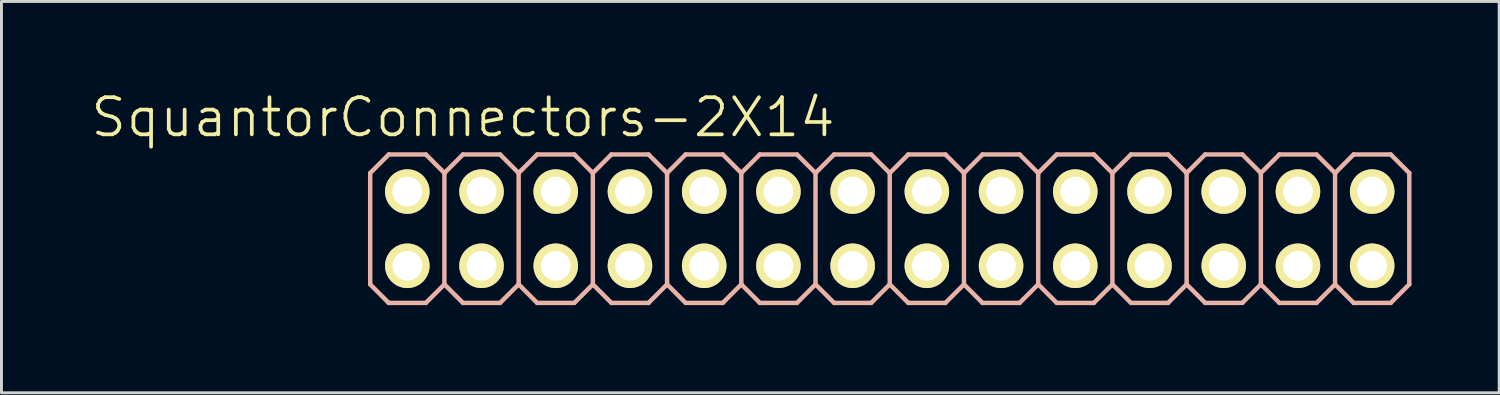
<source format=kicad_pcb>
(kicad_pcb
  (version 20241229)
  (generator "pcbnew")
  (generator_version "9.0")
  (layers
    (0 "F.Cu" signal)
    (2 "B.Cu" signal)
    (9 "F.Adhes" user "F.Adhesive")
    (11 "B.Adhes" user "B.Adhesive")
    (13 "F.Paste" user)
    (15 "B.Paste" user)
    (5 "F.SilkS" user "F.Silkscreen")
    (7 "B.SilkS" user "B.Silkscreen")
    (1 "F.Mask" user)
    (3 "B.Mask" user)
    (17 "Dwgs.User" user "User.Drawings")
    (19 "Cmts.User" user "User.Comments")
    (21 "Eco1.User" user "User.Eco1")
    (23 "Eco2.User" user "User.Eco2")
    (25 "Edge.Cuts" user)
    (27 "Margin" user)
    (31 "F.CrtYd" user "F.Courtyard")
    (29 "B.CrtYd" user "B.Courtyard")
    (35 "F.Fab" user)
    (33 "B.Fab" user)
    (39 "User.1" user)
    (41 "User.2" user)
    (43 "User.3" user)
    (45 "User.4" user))
  (footprint "SquantorConnectors-2X14"
    (layer "F.Cu")
    (at 27.399 4.776)
    (property "Reference" "SquantorConnectors-2X14" (at -14.605 -3.81 0) (layer "F.SilkS") (effects (font (size 1.27 1.27) (thickness 0.127))))
    (attr exclude_from_pos_files exclude_from_bom)
    (fp_line (start -16.764 -1.524) (end -16.256 -1.524) (stroke (width 0.066) (type solid)) (layer "F.SilkS"))
    (fp_line (start -16.764 -1.016) (end -16.764 -1.524) (stroke (width 0.066) (type solid)) (layer "F.SilkS"))
    (fp_line (start -16.764 -1.016) (end -16.256 -1.016) (stroke (width 0.066) (type solid)) (layer "F.SilkS"))
    (fp_line (start -16.764 1.016) (end -16.256 1.016) (stroke (width 0.066) (type solid)) (layer "F.SilkS"))
    (fp_line (start -16.764 1.524) (end -16.764 1.016) (stroke (width 0.066) (type solid)) (layer "F.SilkS"))
    (fp_line (start -16.764 1.524) (end -16.256 1.524) (stroke (width 0.066) (type solid)) (layer "F.SilkS"))
    (fp_line (start -16.256 -1.016) (end -16.256 -1.524) (stroke (width 0.066) (type solid)) (layer "F.SilkS"))
    (fp_line (start -16.256 1.524) (end -16.256 1.016) (stroke (width 0.066) (type solid)) (layer "F.SilkS"))
    (fp_line (start -14.224 -1.524) (end -13.716 -1.524) (stroke (width 0.066) (type solid)) (layer "F.SilkS"))
    (fp_line (start -14.224 -1.016) (end -14.224 -1.524) (stroke (width 0.066) (type solid)) (layer "F.SilkS"))
    (fp_line (start -14.224 -1.016) (end -13.716 -1.016) (stroke (width 0.066) (type solid)) (layer "F.SilkS"))
    (fp_line (start -14.224 1.016) (end -13.716 1.016) (stroke (width 0.066) (type solid)) (layer "F.SilkS"))
    (fp_line (start -14.224 1.524) (end -14.224 1.016) (stroke (width 0.066) (type solid)) (layer "F.SilkS"))
    (fp_line (start -14.224 1.524) (end -13.716 1.524) (stroke (width 0.066) (type solid)) (layer "F.SilkS"))
    (fp_line (start -13.716 -1.016) (end -13.716 -1.524) (stroke (width 0.066) (type solid)) (layer "F.SilkS"))
    (fp_line (start -13.716 1.524) (end -13.716 1.016) (stroke (width 0.066) (type solid)) (layer "F.SilkS"))
    (fp_line (start -11.684 -1.524) (end -11.176 -1.524) (stroke (width 0.066) (type solid)) (layer "F.SilkS"))
    (fp_line (start -11.684 -1.016) (end -11.684 -1.524) (stroke (width 0.066) (type solid)) (layer "F.SilkS"))
    (fp_line (start -11.684 -1.016) (end -11.176 -1.016) (stroke (width 0.066) (type solid)) (layer "F.SilkS"))
    (fp_line (start -11.684 1.016) (end -11.176 1.016) (stroke (width 0.066) (type solid)) (layer "F.SilkS"))
    (fp_line (start -11.684 1.524) (end -11.684 1.016) (stroke (width 0.066) (type solid)) (layer "F.SilkS"))
    (fp_line (start -11.684 1.524) (end -11.176 1.524) (stroke (width 0.066) (type solid)) (layer "F.SilkS"))
    (fp_line (start -11.176 -1.016) (end -11.176 -1.524) (stroke (width 0.066) (type solid)) (layer "F.SilkS"))
    (fp_line (start -11.176 1.524) (end -11.176 1.016) (stroke (width 0.066) (type solid)) (layer "F.SilkS"))
    (fp_line (start -9.144 -1.524) (end -8.636 -1.524) (stroke (width 0.066) (type solid)) (layer "F.SilkS"))
    (fp_line (start -9.144 -1.016) (end -9.144 -1.524) (stroke (width 0.066) (type solid)) (layer "F.SilkS"))
    (fp_line (start -9.144 -1.016) (end -8.636 -1.016) (stroke (width 0.066) (type solid)) (layer "F.SilkS"))
    (fp_line (start -9.144 1.016) (end -8.636 1.016) (stroke (width 0.066) (type solid)) (layer "F.SilkS"))
    (fp_line (start -9.144 1.524) (end -9.144 1.016) (stroke (width 0.066) (type solid)) (layer "F.SilkS"))
    (fp_line (start -9.144 1.524) (end -8.636 1.524) (stroke (width 0.066) (type solid)) (layer "F.SilkS"))
    (fp_line (start -8.636 -1.016) (end -8.636 -1.524) (stroke (width 0.066) (type solid)) (layer "F.SilkS"))
    (fp_line (start -8.636 1.524) (end -8.636 1.016) (stroke (width 0.066) (type solid)) (layer "F.SilkS"))
    (fp_line (start -6.604 -1.524) (end -6.096 -1.524) (stroke (width 0.066) (type solid)) (layer "F.SilkS"))
    (fp_line (start -6.604 -1.016) (end -6.604 -1.524) (stroke (width 0.066) (type solid)) (layer "F.SilkS"))
    (fp_line (start -6.604 -1.016) (end -6.096 -1.016) (stroke (width 0.066) (type solid)) (layer "F.SilkS"))
    (fp_line (start -6.604 1.016) (end -6.096 1.016) (stroke (width 0.066) (type solid)) (layer "F.SilkS"))
    (fp_line (start -6.604 1.524) (end -6.604 1.016) (stroke (width 0.066) (type solid)) (layer "F.SilkS"))
    (fp_line (start -6.604 1.524) (end -6.096 1.524) (stroke (width 0.066) (type solid)) (layer "F.SilkS"))
    (fp_line (start -6.096 -1.016) (end -6.096 -1.524) (stroke (width 0.066) (type solid)) (layer "F.SilkS"))
    (fp_line (start -6.096 1.524) (end -6.096 1.016) (stroke (width 0.066) (type solid)) (layer "F.SilkS"))
    (fp_line (start -4.064 -1.524) (end -3.556 -1.524) (stroke (width 0.066) (type solid)) (layer "F.SilkS"))
    (fp_line (start -4.064 -1.016) (end -4.064 -1.524) (stroke (width 0.066) (type solid)) (layer "F.SilkS"))
    (fp_line (start -4.064 -1.016) (end -3.556 -1.016) (stroke (width 0.066) (type solid)) (layer "F.SilkS"))
    (fp_line (start -4.064 1.016) (end -3.556 1.016) (stroke (width 0.066) (type solid)) (layer "F.SilkS"))
    (fp_line (start -4.064 1.524) (end -4.064 1.016) (stroke (width 0.066) (type solid)) (layer "F.SilkS"))
    (fp_line (start -4.064 1.524) (end -3.556 1.524) (stroke (width 0.066) (type solid)) (layer "F.SilkS"))
    (fp_line (start -3.556 -1.016) (end -3.556 -1.524) (stroke (width 0.066) (type solid)) (layer "F.SilkS"))
    (fp_line (start -3.556 1.524) (end -3.556 1.016) (stroke (width 0.066) (type solid)) (layer "F.SilkS"))
    (fp_line (start -1.524 -1.524) (end -1.016 -1.524) (stroke (width 0.066) (type solid)) (layer "F.SilkS"))
    (fp_line (start -1.524 -1.016) (end -1.524 -1.524) (stroke (width 0.066) (type solid)) (layer "F.SilkS"))
    (fp_line (start -1.524 -1.016) (end -1.016 -1.016) (stroke (width 0.066) (type solid)) (layer "F.SilkS"))
    (fp_line (start -1.524 1.016) (end -1.016 1.016) (stroke (width 0.066) (type solid)) (layer "F.SilkS"))
    (fp_line (start -1.524 1.524) (end -1.524 1.016) (stroke (width 0.066) (type solid)) (layer "F.SilkS"))
    (fp_line (start -1.524 1.524) (end -1.016 1.524) (stroke (width 0.066) (type solid)) (layer "F.SilkS"))
    (fp_line (start -1.016 -1.016) (end -1.016 -1.524) (stroke (width 0.066) (type solid)) (layer "F.SilkS"))
    (fp_line (start -1.016 1.524) (end -1.016 1.016) (stroke (width 0.066) (type solid)) (layer "F.SilkS"))
    (fp_line (start 1.016 -1.524) (end 1.524 -1.524) (stroke (width 0.066) (type solid)) (layer "F.SilkS"))
    (fp_line (start 1.016 -1.016) (end 1.016 -1.524) (stroke (width 0.066) (type solid)) (layer "F.SilkS"))
    (fp_line (start 1.016 -1.016) (end 1.524 -1.016) (stroke (width 0.066) (type solid)) (layer "F.SilkS"))
    (fp_line (start 1.016 1.016) (end 1.524 1.016) (stroke (width 0.066) (type solid)) (layer "F.SilkS"))
    (fp_line (start 1.016 1.524) (end 1.016 1.016) (stroke (width 0.066) (type solid)) (layer "F.SilkS"))
    (fp_line (start 1.016 1.524) (end 1.524 1.524) (stroke (width 0.066) (type solid)) (layer "F.SilkS"))
    (fp_line (start 1.524 -1.016) (end 1.524 -1.524) (stroke (width 0.066) (type solid)) (layer "F.SilkS"))
    (fp_line (start 1.524 1.524) (end 1.524 1.016) (stroke (width 0.066) (type solid)) (layer "F.SilkS"))
    (fp_line (start 3.556 -1.524) (end 4.064 -1.524) (stroke (width 0.066) (type solid)) (layer "F.SilkS"))
    (fp_line (start 3.556 -1.016) (end 3.556 -1.524) (stroke (width 0.066) (type solid)) (layer "F.SilkS"))
    (fp_line (start 3.556 -1.016) (end 4.064 -1.016) (stroke (width 0.066) (type solid)) (layer "F.SilkS"))
    (fp_line (start 3.556 1.016) (end 4.064 1.016) (stroke (width 0.066) (type solid)) (layer "F.SilkS"))
    (fp_line (start 3.556 1.524) (end 3.556 1.016) (stroke (width 0.066) (type solid)) (layer "F.SilkS"))
    (fp_line (start 3.556 1.524) (end 4.064 1.524) (stroke (width 0.066) (type solid)) (layer "F.SilkS"))
    (fp_line (start 4.064 -1.016) (end 4.064 -1.524) (stroke (width 0.066) (type solid)) (layer "F.SilkS"))
    (fp_line (start 4.064 1.524) (end 4.064 1.016) (stroke (width 0.066) (type solid)) (layer "F.SilkS"))
    (fp_line (start 6.096 -1.524) (end 6.604 -1.524) (stroke (width 0.066) (type solid)) (layer "F.SilkS"))
    (fp_line (start 6.096 -1.016) (end 6.096 -1.524) (stroke (width 0.066) (type solid)) (layer "F.SilkS"))
    (fp_line (start 6.096 -1.016) (end 6.604 -1.016) (stroke (width 0.066) (type solid)) (layer "F.SilkS"))
    (fp_line (start 6.096 1.016) (end 6.604 1.016) (stroke (width 0.066) (type solid)) (layer "F.SilkS"))
    (fp_line (start 6.096 1.524) (end 6.096 1.016) (stroke (width 0.066) (type solid)) (layer "F.SilkS"))
    (fp_line (start 6.096 1.524) (end 6.604 1.524) (stroke (width 0.066) (type solid)) (layer "F.SilkS"))
    (fp_line (start 6.604 -1.016) (end 6.604 -1.524) (stroke (width 0.066) (type solid)) (layer "F.SilkS"))
    (fp_line (start 6.604 1.524) (end 6.604 1.016) (stroke (width 0.066) (type solid)) (layer "F.SilkS"))
    (fp_line (start 8.636 -1.524) (end 9.144 -1.524) (stroke (width 0.066) (type solid)) (layer "F.SilkS"))
    (fp_line (start 8.636 -1.016) (end 8.636 -1.524) (stroke (width 0.066) (type solid)) (layer "F.SilkS"))
    (fp_line (start 8.636 -1.016) (end 9.144 -1.016) (stroke (width 0.066) (type solid)) (layer "F.SilkS"))
    (fp_line (start 8.636 1.016) (end 9.144 1.016) (stroke (width 0.066) (type solid)) (layer "F.SilkS"))
    (fp_line (start 8.636 1.524) (end 8.636 1.016) (stroke (width 0.066) (type solid)) (layer "F.SilkS"))
    (fp_line (start 8.636 1.524) (end 9.144 1.524) (stroke (width 0.066) (type solid)) (layer "F.SilkS"))
    (fp_line (start 9.144 -1.016) (end 9.144 -1.524) (stroke (width 0.066) (type solid)) (layer "F.SilkS"))
    (fp_line (start 9.144 1.524) (end 9.144 1.016) (stroke (width 0.066) (type solid)) (layer "F.SilkS"))
    (fp_line (start 11.176 -1.524) (end 11.684 -1.524) (stroke (width 0.066) (type solid)) (layer "F.SilkS"))
    (fp_line (start 11.176 -1.016) (end 11.176 -1.524) (stroke (width 0.066) (type solid)) (layer "F.SilkS"))
    (fp_line (start 11.176 -1.016) (end 11.684 -1.016) (stroke (width 0.066) (type solid)) (layer "F.SilkS"))
    (fp_line (start 11.176 1.016) (end 11.684 1.016) (stroke (width 0.066) (type solid)) (layer "F.SilkS"))
    (fp_line (start 11.176 1.524) (end 11.176 1.016) (stroke (width 0.066) (type solid)) (layer "F.SilkS"))
    (fp_line (start 11.176 1.524) (end 11.684 1.524) (stroke (width 0.066) (type solid)) (layer "F.SilkS"))
    (fp_line (start 11.684 -1.016) (end 11.684 -1.524) (stroke (width 0.066) (type solid)) (layer "F.SilkS"))
    (fp_line (start 11.684 1.524) (end 11.684 1.016) (stroke (width 0.066) (type solid)) (layer "F.SilkS"))
    (fp_line (start 13.716 -1.524) (end 14.224 -1.524) (stroke (width 0.066) (type solid)) (layer "F.SilkS"))
    (fp_line (start 13.716 -1.016) (end 13.716 -1.524) (stroke (width 0.066) (type solid)) (layer "F.SilkS"))
    (fp_line (start 13.716 -1.016) (end 14.224 -1.016) (stroke (width 0.066) (type solid)) (layer "F.SilkS"))
    (fp_line (start 13.716 1.016) (end 14.224 1.016) (stroke (width 0.066) (type solid)) (layer "F.SilkS"))
    (fp_line (start 13.716 1.524) (end 13.716 1.016) (stroke (width 0.066) (type solid)) (layer "F.SilkS"))
    (fp_line (start 13.716 1.524) (end 14.224 1.524) (stroke (width 0.066) (type solid)) (layer "F.SilkS"))
    (fp_line (start 14.224 -1.016) (end 14.224 -1.524) (stroke (width 0.066) (type solid)) (layer "F.SilkS"))
    (fp_line (start 14.224 1.524) (end 14.224 1.016) (stroke (width 0.066) (type solid)) (layer "F.SilkS"))
    (fp_line (start 16.256 -1.524) (end 16.764 -1.524) (stroke (width 0.066) (type solid)) (layer "F.SilkS"))
    (fp_line (start 16.256 -1.016) (end 16.256 -1.524) (stroke (width 0.066) (type solid)) (layer "F.SilkS"))
    (fp_line (start 16.256 -1.016) (end 16.764 -1.016) (stroke (width 0.066) (type solid)) (layer "F.SilkS"))
    (fp_line (start 16.256 1.016) (end 16.764 1.016) (stroke (width 0.066) (type solid)) (layer "F.SilkS"))
    (fp_line (start 16.256 1.524) (end 16.256 1.016) (stroke (width 0.066) (type solid)) (layer "F.SilkS"))
    (fp_line (start 16.256 1.524) (end 16.764 1.524) (stroke (width 0.066) (type solid)) (layer "F.SilkS"))
    (fp_line (start 16.764 -1.016) (end 16.764 -1.524) (stroke (width 0.066) (type solid)) (layer "F.SilkS"))
    (fp_line (start 16.764 1.524) (end 16.764 1.016) (stroke (width 0.066) (type solid)) (layer "F.SilkS"))
    (fp_line (start -17.78 -1.905) (end -17.145 -2.54) (stroke (width 0.152) (type solid)) (layer "B.SilkS"))
    (fp_line (start -17.78 1.905) (end -17.78 -1.905) (stroke (width 0.152) (type solid)) (layer "B.SilkS"))
    (fp_line (start -17.78 1.905) (end -17.145 2.54) (stroke (width 0.152) (type solid)) (layer "B.SilkS"))
    (fp_line (start -17.145 -2.54) (end -15.875 -2.54) (stroke (width 0.152) (type solid)) (layer "B.SilkS"))
    (fp_line (start -17.145 2.54) (end -15.875 2.54) (stroke (width 0.152) (type solid)) (layer "B.SilkS"))
    (fp_line (start -15.875 -2.54) (end -15.24 -1.905) (stroke (width 0.152) (type solid)) (layer "B.SilkS"))
    (fp_line (start -15.875 2.54) (end -15.24 1.905) (stroke (width 0.152) (type solid)) (layer "B.SilkS"))
    (fp_line (start -15.24 -1.905) (end -15.24 1.905) (stroke (width 0.152) (type solid)) (layer "B.SilkS"))
    (fp_line (start -15.24 -1.905) (end -14.605 -2.54) (stroke (width 0.152) (type solid)) (layer "B.SilkS"))
    (fp_line (start -15.24 1.905) (end -14.605 2.54) (stroke (width 0.152) (type solid)) (layer "B.SilkS"))
    (fp_line (start -14.605 -2.54) (end -13.335 -2.54) (stroke (width 0.152) (type solid)) (layer "B.SilkS"))
    (fp_line (start -14.605 2.54) (end -13.335 2.54) (stroke (width 0.152) (type solid)) (layer "B.SilkS"))
    (fp_line (start -13.335 -2.54) (end -12.7 -1.905) (stroke (width 0.152) (type solid)) (layer "B.SilkS"))
    (fp_line (start -13.335 2.54) (end -12.7 1.905) (stroke (width 0.152) (type solid)) (layer "B.SilkS"))
    (fp_line (start -12.7 -1.905) (end -12.7 1.905) (stroke (width 0.152) (type solid)) (layer "B.SilkS"))
    (fp_line (start -12.7 -1.905) (end -12.065 -2.54) (stroke (width 0.152) (type solid)) (layer "B.SilkS"))
    (fp_line (start -12.7 1.905) (end -12.065 2.54) (stroke (width 0.152) (type solid)) (layer "B.SilkS"))
    (fp_line (start -12.065 -2.54) (end -10.795 -2.54) (stroke (width 0.152) (type solid)) (layer "B.SilkS"))
    (fp_line (start -12.065 2.54) (end -10.795 2.54) (stroke (width 0.152) (type solid)) (layer "B.SilkS"))
    (fp_line (start -10.795 -2.54) (end -10.16 -1.905) (stroke (width 0.152) (type solid)) (layer "B.SilkS"))
    (fp_line (start -10.795 2.54) (end -10.16 1.905) (stroke (width 0.152) (type solid)) (layer "B.SilkS"))
    (fp_line (start -10.16 -1.905) (end -10.16 1.905) (stroke (width 0.152) (type solid)) (layer "B.SilkS"))
    (fp_line (start -10.16 -1.905) (end -9.525 -2.54) (stroke (width 0.152) (type solid)) (layer "B.SilkS"))
    (fp_line (start -10.16 1.905) (end -9.525 2.54) (stroke (width 0.152) (type solid)) (layer "B.SilkS"))
    (fp_line (start -9.525 -2.54) (end -8.255 -2.54) (stroke (width 0.152) (type solid)) (layer "B.SilkS"))
    (fp_line (start -9.525 2.54) (end -8.255 2.54) (stroke (width 0.152) (type solid)) (layer "B.SilkS"))
    (fp_line (start -8.255 -2.54) (end -7.62 -1.905) (stroke (width 0.152) (type solid)) (layer "B.SilkS"))
    (fp_line (start -8.255 2.54) (end -7.62 1.905) (stroke (width 0.152) (type solid)) (layer "B.SilkS"))
    (fp_line (start -7.62 -1.905) (end -7.62 1.905) (stroke (width 0.152) (type solid)) (layer "B.SilkS"))
    (fp_line (start -7.62 -1.905) (end -6.985 -2.54) (stroke (width 0.152) (type solid)) (layer "B.SilkS"))
    (fp_line (start -7.62 1.905) (end -6.985 2.54) (stroke (width 0.152) (type solid)) (layer "B.SilkS"))
    (fp_line (start -6.985 -2.54) (end -5.715 -2.54) (stroke (width 0.152) (type solid)) (layer "B.SilkS"))
    (fp_line (start -6.985 2.54) (end -5.715 2.54) (stroke (width 0.152) (type solid)) (layer "B.SilkS"))
    (fp_line (start -5.715 -2.54) (end -5.08 -1.905) (stroke (width 0.152) (type solid)) (layer "B.SilkS"))
    (fp_line (start -5.715 2.54) (end -5.08 1.905) (stroke (width 0.152) (type solid)) (layer "B.SilkS"))
    (fp_line (start -5.08 -1.905) (end -5.08 1.905) (stroke (width 0.152) (type solid)) (layer "B.SilkS"))
    (fp_line (start -5.08 -1.905) (end -4.445 -2.54) (stroke (width 0.152) (type solid)) (layer "B.SilkS"))
    (fp_line (start -5.08 1.905) (end -4.445 2.54) (stroke (width 0.152) (type solid)) (layer "B.SilkS"))
    (fp_line (start -4.445 -2.54) (end -3.175 -2.54) (stroke (width 0.152) (type solid)) (layer "B.SilkS"))
    (fp_line (start -4.445 2.54) (end -3.175 2.54) (stroke (width 0.152) (type solid)) (layer "B.SilkS"))
    (fp_line (start -3.175 -2.54) (end -2.54 -1.905) (stroke (width 0.152) (type solid)) (layer "B.SilkS"))
    (fp_line (start -3.175 2.54) (end -2.54 1.905) (stroke (width 0.152) (type solid)) (layer "B.SilkS"))
    (fp_line (start -2.54 -1.905) (end -2.54 1.905) (stroke (width 0.152) (type solid)) (layer "B.SilkS"))
    (fp_line (start -2.54 -1.905) (end -1.905 -2.54) (stroke (width 0.152) (type solid)) (layer "B.SilkS"))
    (fp_line (start -2.54 1.905) (end -1.905 2.54) (stroke (width 0.152) (type solid)) (layer "B.SilkS"))
    (fp_line (start -1.905 -2.54) (end -0.635 -2.54) (stroke (width 0.152) (type solid)) (layer "B.SilkS"))
    (fp_line (start -0.635 -2.54) (end 0 -1.905) (stroke (width 0.152) (type solid)) (layer "B.SilkS"))
    (fp_line (start -0.635 2.54) (end -1.905 2.54) (stroke (width 0.152) (type solid)) (layer "B.SilkS"))
    (fp_line (start 0 -1.905) (end 0 1.905) (stroke (width 0.152) (type solid)) (layer "B.SilkS"))
    (fp_line (start 0 -1.905) (end 0.635 -2.54) (stroke (width 0.152) (type solid)) (layer "B.SilkS"))
    (fp_line (start 0 1.905) (end -0.635 2.54) (stroke (width 0.152) (type solid)) (layer "B.SilkS"))
    (fp_line (start 0 1.905) (end 0.635 2.54) (stroke (width 0.152) (type solid)) (layer "B.SilkS"))
    (fp_line (start 0.635 -2.54) (end 1.905 -2.54) (stroke (width 0.152) (type solid)) (layer "B.SilkS"))
    (fp_line (start 1.905 -2.54) (end 2.54 -1.905) (stroke (width 0.152) (type solid)) (layer "B.SilkS"))
    (fp_line (start 1.905 2.54) (end 0.635 2.54) (stroke (width 0.152) (type solid)) (layer "B.SilkS"))
    (fp_line (start 2.54 -1.905) (end 2.54 1.905) (stroke (width 0.152) (type solid)) (layer "B.SilkS"))
    (fp_line (start 2.54 -1.905) (end 3.175 -2.54) (stroke (width 0.152) (type solid)) (layer "B.SilkS"))
    (fp_line (start 2.54 1.905) (end 1.905 2.54) (stroke (width 0.152) (type solid)) (layer "B.SilkS"))
    (fp_line (start 2.54 1.905) (end 3.175 2.54) (stroke (width 0.152) (type solid)) (layer "B.SilkS"))
    (fp_line (start 3.175 -2.54) (end 4.445 -2.54) (stroke (width 0.152) (type solid)) (layer "B.SilkS"))
    (fp_line (start 4.445 -2.54) (end 5.08 -1.905) (stroke (width 0.152) (type solid)) (layer "B.SilkS"))
    (fp_line (start 4.445 2.54) (end 3.175 2.54) (stroke (width 0.152) (type solid)) (layer "B.SilkS"))
    (fp_line (start 5.08 -1.905) (end 5.08 1.905) (stroke (width 0.152) (type solid)) (layer "B.SilkS"))
    (fp_line (start 5.08 -1.905) (end 5.715 -2.54) (stroke (width 0.152) (type solid)) (layer "B.SilkS"))
    (fp_line (start 5.08 1.905) (end 4.445 2.54) (stroke (width 0.152) (type solid)) (layer "B.SilkS"))
    (fp_line (start 5.08 1.905) (end 5.715 2.54) (stroke (width 0.152) (type solid)) (layer "B.SilkS"))
    (fp_line (start 5.715 -2.54) (end 6.985 -2.54) (stroke (width 0.152) (type solid)) (layer "B.SilkS"))
    (fp_line (start 6.985 -2.54) (end 7.62 -1.905) (stroke (width 0.152) (type solid)) (layer "B.SilkS"))
    (fp_line (start 6.985 2.54) (end 5.715 2.54) (stroke (width 0.152) (type solid)) (layer "B.SilkS"))
    (fp_line (start 7.62 -1.905) (end 7.62 1.905) (stroke (width 0.152) (type solid)) (layer "B.SilkS"))
    (fp_line (start 7.62 -1.905) (end 8.255 -2.54) (stroke (width 0.152) (type solid)) (layer "B.SilkS"))
    (fp_line (start 7.62 1.905) (end 6.985 2.54) (stroke (width 0.152) (type solid)) (layer "B.SilkS"))
    (fp_line (start 7.62 1.905) (end 8.255 2.54) (stroke (width 0.152) (type solid)) (layer "B.SilkS"))
    (fp_line (start 8.255 -2.54) (end 9.525 -2.54) (stroke (width 0.152) (type solid)) (layer "B.SilkS"))
    (fp_line (start 9.525 -2.54) (end 10.16 -1.905) (stroke (width 0.152) (type solid)) (layer "B.SilkS"))
    (fp_line (start 9.525 2.54) (end 8.255 2.54) (stroke (width 0.152) (type solid)) (layer "B.SilkS"))
    (fp_line (start 10.16 -1.905) (end 10.16 1.905) (stroke (width 0.152) (type solid)) (layer "B.SilkS"))
    (fp_line (start 10.16 -1.905) (end 10.795 -2.54) (stroke (width 0.152) (type solid)) (layer "B.SilkS"))
    (fp_line (start 10.16 1.905) (end 9.525 2.54) (stroke (width 0.152) (type solid)) (layer "B.SilkS"))
    (fp_line (start 10.16 1.905) (end 10.795 2.54) (stroke (width 0.152) (type solid)) (layer "B.SilkS"))
    (fp_line (start 10.795 -2.54) (end 12.065 -2.54) (stroke (width 0.152) (type solid)) (layer "B.SilkS"))
    (fp_line (start 12.065 2.54) (end 10.795 2.54) (stroke (width 0.152) (type solid)) (layer "B.SilkS"))
    (fp_line (start 12.7 -1.905) (end 12.065 -2.54) (stroke (width 0.152) (type solid)) (layer "B.SilkS"))
    (fp_line (start 12.7 -1.905) (end 12.7 1.905) (stroke (width 0.152) (type solid)) (layer "B.SilkS"))
    (fp_line (start 12.7 -1.905) (end 13.335 -2.54) (stroke (width 0.152) (type solid)) (layer "B.SilkS"))
    (fp_line (start 12.7 1.905) (end 12.065 2.54) (stroke (width 0.152) (type solid)) (layer "B.SilkS"))
    (fp_line (start 12.7 1.905) (end 13.335 2.54) (stroke (width 0.152) (type solid)) (layer "B.SilkS"))
    (fp_line (start 14.605 -2.54) (end 13.335 -2.54) (stroke (width 0.152) (type solid)) (layer "B.SilkS"))
    (fp_line (start 14.605 -2.54) (end 15.24 -1.905) (stroke (width 0.152) (type solid)) (layer "B.SilkS"))
    (fp_line (start 14.605 2.54) (end 13.335 2.54) (stroke (width 0.152) (type solid)) (layer "B.SilkS"))
    (fp_line (start 15.24 -1.905) (end 15.24 1.905) (stroke (width 0.152) (type solid)) (layer "B.SilkS"))
    (fp_line (start 15.24 -1.905) (end 15.875 -2.54) (stroke (width 0.152) (type solid)) (layer "B.SilkS"))
    (fp_line (start 15.24 1.905) (end 14.605 2.54) (stroke (width 0.152) (type solid)) (layer "B.SilkS"))
    (fp_line (start 15.24 1.905) (end 15.875 2.54) (stroke (width 0.152) (type solid)) (layer "B.SilkS"))
    (fp_line (start 17.145 -2.54) (end 15.875 -2.54) (stroke (width 0.152) (type solid)) (layer "B.SilkS"))
    (fp_line (start 17.145 -2.54) (end 17.78 -1.905) (stroke (width 0.152) (type solid)) (layer "B.SilkS"))
    (fp_line (start 17.145 2.54) (end 15.875 2.54) (stroke (width 0.152) (type solid)) (layer "B.SilkS"))
    (fp_line (start 17.78 -1.905) (end 17.78 1.905) (stroke (width 0.152) (type solid)) (layer "B.SilkS"))
    (fp_line (start 17.78 1.905) (end 17.145 2.54) (stroke (width 0.152) (type solid)) (layer "B.SilkS"))
    (pad "1" thru_hole circle (at -16.51 1.27) (size 1.524 1.524) (drill 1.016) (layers "*.Cu" "F.Mask" "F.SilkS" "F.Paste"))
    (pad "2" thru_hole circle (at -16.51 -1.27) (size 1.524 1.524) (drill 1.016) (layers "*.Cu" "F.Mask" "F.SilkS" "F.Paste"))
    (pad "3" thru_hole circle (at -13.97 1.27) (size 1.524 1.524) (drill 1.016) (layers "*.Cu" "F.Mask" "F.SilkS" "F.Paste"))
    (pad "4" thru_hole circle (at -13.97 -1.27) (size 1.524 1.524) (drill 1.016) (layers "*.Cu" "F.Mask" "F.SilkS" "F.Paste"))
    (pad "5" thru_hole circle (at -11.43 1.27) (size 1.524 1.524) (drill 1.016) (layers "*.Cu" "F.Mask" "F.SilkS" "F.Paste"))
    (pad "6" thru_hole circle (at -11.43 -1.27) (size 1.524 1.524) (drill 1.016) (layers "*.Cu" "F.Mask" "F.SilkS" "F.Paste"))
    (pad "7" thru_hole circle (at -8.89 1.27) (size 1.524 1.524) (drill 1.016) (layers "*.Cu" "F.Mask" "F.SilkS" "F.Paste"))
    (pad "8" thru_hole circle (at -8.89 -1.27) (size 1.524 1.524) (drill 1.016) (layers "*.Cu" "F.Mask" "F.SilkS" "F.Paste"))
    (pad "9" thru_hole circle (at -6.35 1.27) (size 1.524 1.524) (drill 1.016) (layers "*.Cu" "F.Mask" "F.SilkS" "F.Paste"))
    (pad "10" thru_hole circle (at -6.35 -1.27) (size 1.524 1.524) (drill 1.016) (layers "*.Cu" "F.Mask" "F.SilkS" "F.Paste"))
    (pad "11" thru_hole circle (at -3.81 1.27) (size 1.524 1.524) (drill 1.016) (layers "*.Cu" "F.Mask" "F.SilkS" "F.Paste"))
    (pad "12" thru_hole circle (at -3.81 -1.27) (size 1.524 1.524) (drill 1.016) (layers "*.Cu" "F.Mask" "F.SilkS" "F.Paste"))
    (pad "13" thru_hole circle (at -1.27 1.27) (size 1.524 1.524) (drill 1.016) (layers "*.Cu" "F.Mask" "F.SilkS" "F.Paste"))
    (pad "14" thru_hole circle (at -1.27 -1.27) (size 1.524 1.524) (drill 1.016) (layers "*.Cu" "F.Mask" "F.SilkS" "F.Paste"))
    (pad "15" thru_hole circle (at 1.27 1.27) (size 1.524 1.524) (drill 1.016) (layers "*.Cu" "F.Mask" "F.SilkS" "F.Paste"))
    (pad "16" thru_hole circle (at 1.27 -1.27) (size 1.524 1.524) (drill 1.016) (layers "*.Cu" "F.Mask" "F.SilkS" "F.Paste"))
    (pad "17" thru_hole circle (at 3.81 1.27) (size 1.524 1.524) (drill 1.016) (layers "*.Cu" "F.Mask" "F.SilkS" "F.Paste"))
    (pad "18" thru_hole circle (at 3.81 -1.27) (size 1.524 1.524) (drill 1.016) (layers "*.Cu" "F.Mask" "F.SilkS" "F.Paste"))
    (pad "19" thru_hole circle (at 6.35 1.27) (size 1.524 1.524) (drill 1.016) (layers "*.Cu" "F.Mask" "F.SilkS" "F.Paste"))
    (pad "20" thru_hole circle (at 6.35 -1.27) (size 1.524 1.524) (drill 1.016) (layers "*.Cu" "F.Mask" "F.SilkS" "F.Paste"))
    (pad "21" thru_hole circle (at 8.89 1.27) (size 1.524 1.524) (drill 1.016) (layers "*.Cu" "F.Mask" "F.SilkS" "F.Paste"))
    (pad "22" thru_hole circle (at 8.89 -1.27) (size 1.524 1.524) (drill 1.016) (layers "*.Cu" "F.Mask" "F.SilkS" "F.Paste"))
    (pad "23" thru_hole circle (at 11.43 1.27) (size 1.524 1.524) (drill 1.016) (layers "*.Cu" "F.Mask" "F.SilkS" "F.Paste"))
    (pad "24" thru_hole circle (at 11.43 -1.27) (size 1.524 1.524) (drill 1.016) (layers "*.Cu" "F.Mask" "F.SilkS" "F.Paste"))
    (pad "25" thru_hole circle (at 13.97 1.27) (size 1.524 1.524) (drill 1.016) (layers "*.Cu" "F.Mask" "F.SilkS" "F.Paste"))
    (pad "26" thru_hole circle (at 13.97 -1.27) (size 1.524 1.524) (drill 1.016) (layers "*.Cu" "F.Mask" "F.SilkS" "F.Paste"))
    (pad "27" thru_hole circle (at 16.51 1.27) (size 1.524 1.524) (drill 1.016) (layers "*.Cu" "F.Mask" "F.SilkS" "F.Paste"))
    (pad "28" thru_hole circle (at 16.51 -1.27) (size 1.524 1.524) (drill 1.016) (layers "*.Cu" "F.Mask" "F.SilkS" "F.Paste")))
  (gr_rect
    (start -3 -3)
    (end 48.255 10.392)
    (stroke (width 0.1) (type default))
    (fill no)
    (layer "Edge.Cuts")))
</source>
